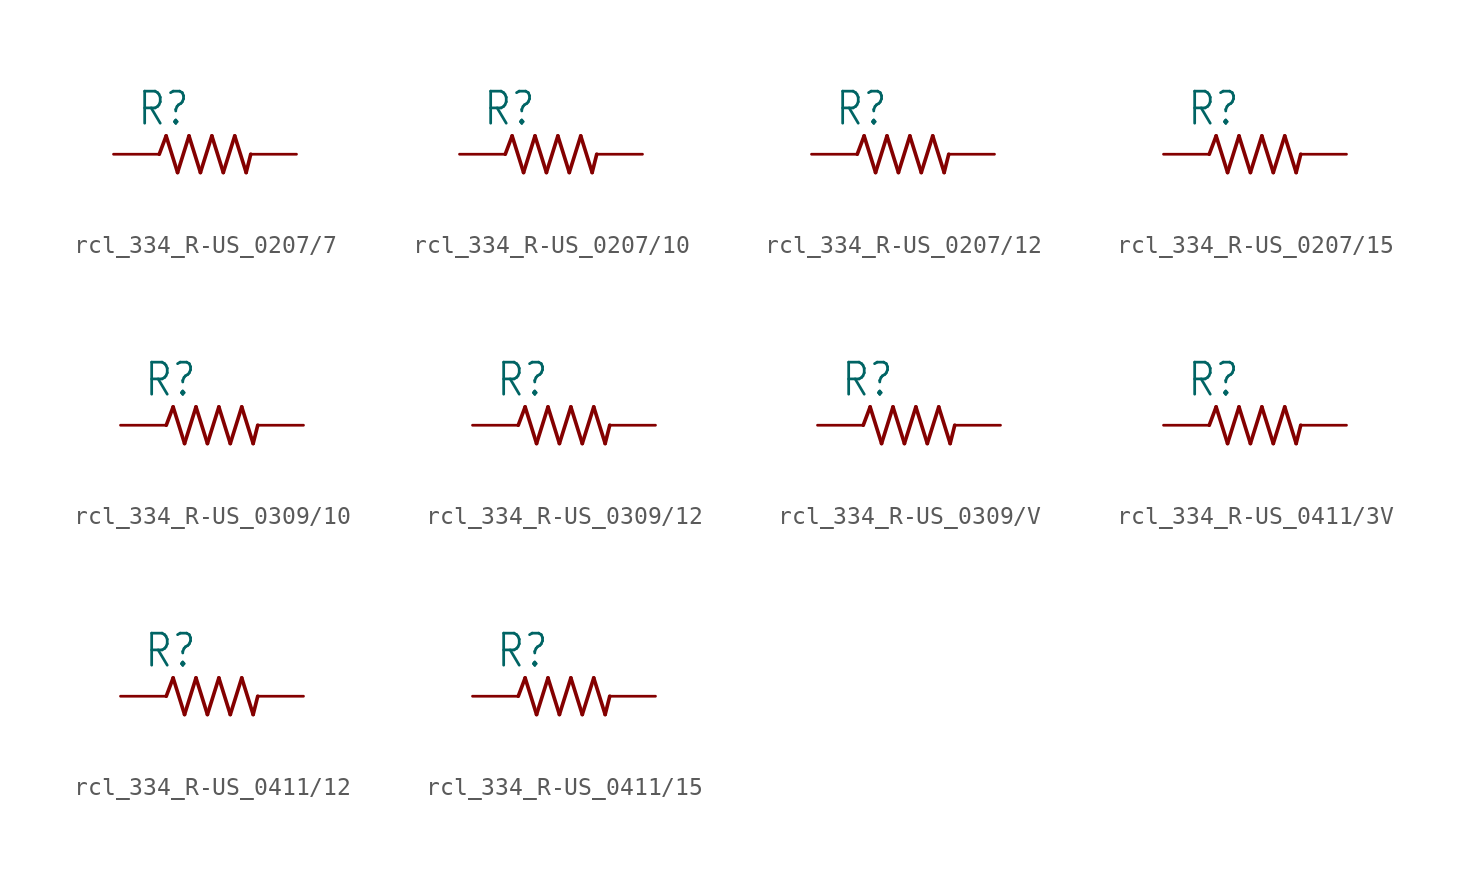
<source format=kicad_sym>
(kicad_symbol_lib
  (version 20241209)
  (generator "kicad_symbol_editor")
  (generator_version "9.0")
  (symbol "rcl_334_R-US_0207/7"
    (property "Reference" "R"
      (at -3.81 1.499 0)
      (effects (font (size 1.778 1.511)) (justify left bottom)))
    (property "Value" ""
      (at -3.81 -3.302 0)
      (effects (font (size 1.778 1.511)) (justify left bottom)))
    (property "ki_locked" ""
      (at 0 0 0)
      (effects (font (size 1.27 1.27))))
    (symbol "rcl_334_R-US_0207/7_1_0"
      (polyline (pts (xy -2.54 0) (xy -2.159 1.016)) (stroke (width 0.203) (type solid)) (fill (type none)))
      (polyline (pts (xy -2.159 1.016) (xy -1.524 -1.016)) (stroke (width 0.203) (type solid)) (fill (type none)))
      (polyline (pts (xy -1.524 -1.016) (xy -0.889 1.016)) (stroke (width 0.203) (type solid)) (fill (type none)))
      (polyline (pts (xy -0.889 1.016) (xy -0.254 -1.016)) (stroke (width 0.203) (type solid)) (fill (type none)))
      (polyline (pts (xy -0.254 -1.016) (xy 0.381 1.016)) (stroke (width 0.203) (type solid)) (fill (type none)))
      (polyline (pts (xy 0.381 1.016) (xy 1.016 -1.016)) (stroke (width 0.203) (type solid)) (fill (type none)))
      (polyline (pts (xy 1.016 -1.016) (xy 1.651 1.016)) (stroke (width 0.203) (type solid)) (fill (type none)))
      (polyline (pts (xy 1.651 1.016) (xy 2.286 -1.016)) (stroke (width 0.203) (type solid)) (fill (type none)))
      (polyline (pts (xy 2.286 -1.016) (xy 2.54 0)) (stroke (width 0.203) (type solid)) (fill (type none)))
      (pin passive line (at -5.08 0 0) (length 2.54) (name "1" (effects (font (size 0 0)))) (number "1" (effects (font (size 0 0)))))
      (pin passive line (at 5.08 0 180) (length 2.54) (name "2" (effects (font (size 0 0)))) (number "2" (effects (font (size 0 0)))))))
  (symbol "rcl_334_R-US_0207/10"
    (property "Reference" "R"
      (at -3.81 1.499 0)
      (effects (font (size 1.778 1.511)) (justify left bottom)))
    (property "Value" ""
      (at -3.81 -3.302 0)
      (effects (font (size 1.778 1.511)) (justify left bottom)))
    (property "ki_locked" ""
      (at 0 0 0)
      (effects (font (size 1.27 1.27))))
    (symbol "rcl_334_R-US_0207/10_1_0"
      (polyline (pts (xy -2.54 0) (xy -2.159 1.016)) (stroke (width 0.203) (type solid)) (fill (type none)))
      (polyline (pts (xy -2.159 1.016) (xy -1.524 -1.016)) (stroke (width 0.203) (type solid)) (fill (type none)))
      (polyline (pts (xy -1.524 -1.016) (xy -0.889 1.016)) (stroke (width 0.203) (type solid)) (fill (type none)))
      (polyline (pts (xy -0.889 1.016) (xy -0.254 -1.016)) (stroke (width 0.203) (type solid)) (fill (type none)))
      (polyline (pts (xy -0.254 -1.016) (xy 0.381 1.016)) (stroke (width 0.203) (type solid)) (fill (type none)))
      (polyline (pts (xy 0.381 1.016) (xy 1.016 -1.016)) (stroke (width 0.203) (type solid)) (fill (type none)))
      (polyline (pts (xy 1.016 -1.016) (xy 1.651 1.016)) (stroke (width 0.203) (type solid)) (fill (type none)))
      (polyline (pts (xy 1.651 1.016) (xy 2.286 -1.016)) (stroke (width 0.203) (type solid)) (fill (type none)))
      (polyline (pts (xy 2.286 -1.016) (xy 2.54 0)) (stroke (width 0.203) (type solid)) (fill (type none)))
      (pin passive line (at -5.08 0 0) (length 2.54) (name "1" (effects (font (size 0 0)))) (number "1" (effects (font (size 0 0)))))
      (pin passive line (at 5.08 0 180) (length 2.54) (name "2" (effects (font (size 0 0)))) (number "2" (effects (font (size 0 0)))))))
  (symbol "rcl_334_R-US_0207/12"
    (property "Reference" "R"
      (at -3.81 1.499 0)
      (effects (font (size 1.778 1.511)) (justify left bottom)))
    (property "Value" ""
      (at -3.81 -3.302 0)
      (effects (font (size 1.778 1.511)) (justify left bottom)))
    (property "ki_locked" ""
      (at 0 0 0)
      (effects (font (size 1.27 1.27))))
    (symbol "rcl_334_R-US_0207/12_1_0"
      (polyline (pts (xy -2.54 0) (xy -2.159 1.016)) (stroke (width 0.203) (type solid)) (fill (type none)))
      (polyline (pts (xy -2.159 1.016) (xy -1.524 -1.016)) (stroke (width 0.203) (type solid)) (fill (type none)))
      (polyline (pts (xy -1.524 -1.016) (xy -0.889 1.016)) (stroke (width 0.203) (type solid)) (fill (type none)))
      (polyline (pts (xy -0.889 1.016) (xy -0.254 -1.016)) (stroke (width 0.203) (type solid)) (fill (type none)))
      (polyline (pts (xy -0.254 -1.016) (xy 0.381 1.016)) (stroke (width 0.203) (type solid)) (fill (type none)))
      (polyline (pts (xy 0.381 1.016) (xy 1.016 -1.016)) (stroke (width 0.203) (type solid)) (fill (type none)))
      (polyline (pts (xy 1.016 -1.016) (xy 1.651 1.016)) (stroke (width 0.203) (type solid)) (fill (type none)))
      (polyline (pts (xy 1.651 1.016) (xy 2.286 -1.016)) (stroke (width 0.203) (type solid)) (fill (type none)))
      (polyline (pts (xy 2.286 -1.016) (xy 2.54 0)) (stroke (width 0.203) (type solid)) (fill (type none)))
      (pin passive line (at -5.08 0 0) (length 2.54) (name "1" (effects (font (size 0 0)))) (number "1" (effects (font (size 0 0)))))
      (pin passive line (at 5.08 0 180) (length 2.54) (name "2" (effects (font (size 0 0)))) (number "2" (effects (font (size 0 0)))))))
  (symbol "rcl_334_R-US_0207/15"
    (property "Reference" "R"
      (at -3.81 1.499 0)
      (effects (font (size 1.778 1.511)) (justify left bottom)))
    (property "Value" ""
      (at -3.81 -3.302 0)
      (effects (font (size 1.778 1.511)) (justify left bottom)))
    (property "ki_locked" ""
      (at 0 0 0)
      (effects (font (size 1.27 1.27))))
    (symbol "rcl_334_R-US_0207/15_1_0"
      (polyline (pts (xy -2.54 0) (xy -2.159 1.016)) (stroke (width 0.203) (type solid)) (fill (type none)))
      (polyline (pts (xy -2.159 1.016) (xy -1.524 -1.016)) (stroke (width 0.203) (type solid)) (fill (type none)))
      (polyline (pts (xy -1.524 -1.016) (xy -0.889 1.016)) (stroke (width 0.203) (type solid)) (fill (type none)))
      (polyline (pts (xy -0.889 1.016) (xy -0.254 -1.016)) (stroke (width 0.203) (type solid)) (fill (type none)))
      (polyline (pts (xy -0.254 -1.016) (xy 0.381 1.016)) (stroke (width 0.203) (type solid)) (fill (type none)))
      (polyline (pts (xy 0.381 1.016) (xy 1.016 -1.016)) (stroke (width 0.203) (type solid)) (fill (type none)))
      (polyline (pts (xy 1.016 -1.016) (xy 1.651 1.016)) (stroke (width 0.203) (type solid)) (fill (type none)))
      (polyline (pts (xy 1.651 1.016) (xy 2.286 -1.016)) (stroke (width 0.203) (type solid)) (fill (type none)))
      (polyline (pts (xy 2.286 -1.016) (xy 2.54 0)) (stroke (width 0.203) (type solid)) (fill (type none)))
      (pin passive line (at -5.08 0 0) (length 2.54) (name "1" (effects (font (size 0 0)))) (number "1" (effects (font (size 0 0)))))
      (pin passive line (at 5.08 0 180) (length 2.54) (name "2" (effects (font (size 0 0)))) (number "2" (effects (font (size 0 0)))))))
  (symbol "rcl_334_R-US_0309/10"
    (property "Reference" "R"
      (at -3.81 1.499 0)
      (effects (font (size 1.778 1.511)) (justify left bottom)))
    (property "Value" ""
      (at -3.81 -3.302 0)
      (effects (font (size 1.778 1.511)) (justify left bottom)))
    (property "ki_locked" ""
      (at 0 0 0)
      (effects (font (size 1.27 1.27))))
    (symbol "rcl_334_R-US_0309/10_1_0"
      (polyline (pts (xy -2.54 0) (xy -2.159 1.016)) (stroke (width 0.203) (type solid)) (fill (type none)))
      (polyline (pts (xy -2.159 1.016) (xy -1.524 -1.016)) (stroke (width 0.203) (type solid)) (fill (type none)))
      (polyline (pts (xy -1.524 -1.016) (xy -0.889 1.016)) (stroke (width 0.203) (type solid)) (fill (type none)))
      (polyline (pts (xy -0.889 1.016) (xy -0.254 -1.016)) (stroke (width 0.203) (type solid)) (fill (type none)))
      (polyline (pts (xy -0.254 -1.016) (xy 0.381 1.016)) (stroke (width 0.203) (type solid)) (fill (type none)))
      (polyline (pts (xy 0.381 1.016) (xy 1.016 -1.016)) (stroke (width 0.203) (type solid)) (fill (type none)))
      (polyline (pts (xy 1.016 -1.016) (xy 1.651 1.016)) (stroke (width 0.203) (type solid)) (fill (type none)))
      (polyline (pts (xy 1.651 1.016) (xy 2.286 -1.016)) (stroke (width 0.203) (type solid)) (fill (type none)))
      (polyline (pts (xy 2.286 -1.016) (xy 2.54 0)) (stroke (width 0.203) (type solid)) (fill (type none)))
      (pin passive line (at -5.08 0 0) (length 2.54) (name "1" (effects (font (size 0 0)))) (number "1" (effects (font (size 0 0)))))
      (pin passive line (at 5.08 0 180) (length 2.54) (name "2" (effects (font (size 0 0)))) (number "2" (effects (font (size 0 0)))))))
  (symbol "rcl_334_R-US_0309/12"
    (property "Reference" "R"
      (at -3.81 1.499 0)
      (effects (font (size 1.778 1.511)) (justify left bottom)))
    (property "Value" ""
      (at -3.81 -3.302 0)
      (effects (font (size 1.778 1.511)) (justify left bottom)))
    (property "ki_locked" ""
      (at 0 0 0)
      (effects (font (size 1.27 1.27))))
    (symbol "rcl_334_R-US_0309/12_1_0"
      (polyline (pts (xy -2.54 0) (xy -2.159 1.016)) (stroke (width 0.203) (type solid)) (fill (type none)))
      (polyline (pts (xy -2.159 1.016) (xy -1.524 -1.016)) (stroke (width 0.203) (type solid)) (fill (type none)))
      (polyline (pts (xy -1.524 -1.016) (xy -0.889 1.016)) (stroke (width 0.203) (type solid)) (fill (type none)))
      (polyline (pts (xy -0.889 1.016) (xy -0.254 -1.016)) (stroke (width 0.203) (type solid)) (fill (type none)))
      (polyline (pts (xy -0.254 -1.016) (xy 0.381 1.016)) (stroke (width 0.203) (type solid)) (fill (type none)))
      (polyline (pts (xy 0.381 1.016) (xy 1.016 -1.016)) (stroke (width 0.203) (type solid)) (fill (type none)))
      (polyline (pts (xy 1.016 -1.016) (xy 1.651 1.016)) (stroke (width 0.203) (type solid)) (fill (type none)))
      (polyline (pts (xy 1.651 1.016) (xy 2.286 -1.016)) (stroke (width 0.203) (type solid)) (fill (type none)))
      (polyline (pts (xy 2.286 -1.016) (xy 2.54 0)) (stroke (width 0.203) (type solid)) (fill (type none)))
      (pin passive line (at -5.08 0 0) (length 2.54) (name "1" (effects (font (size 0 0)))) (number "1" (effects (font (size 0 0)))))
      (pin passive line (at 5.08 0 180) (length 2.54) (name "2" (effects (font (size 0 0)))) (number "2" (effects (font (size 0 0)))))))
  (symbol "rcl_334_R-US_0309/V"
    (property "Reference" "R"
      (at -3.81 1.499 0)
      (effects (font (size 1.778 1.511)) (justify left bottom)))
    (property "Value" ""
      (at -3.81 -3.302 0)
      (effects (font (size 1.778 1.511)) (justify left bottom)))
    (property "ki_locked" ""
      (at 0 0 0)
      (effects (font (size 1.27 1.27))))
    (symbol "rcl_334_R-US_0309/V_1_0"
      (polyline (pts (xy -2.54 0) (xy -2.159 1.016)) (stroke (width 0.203) (type solid)) (fill (type none)))
      (polyline (pts (xy -2.159 1.016) (xy -1.524 -1.016)) (stroke (width 0.203) (type solid)) (fill (type none)))
      (polyline (pts (xy -1.524 -1.016) (xy -0.889 1.016)) (stroke (width 0.203) (type solid)) (fill (type none)))
      (polyline (pts (xy -0.889 1.016) (xy -0.254 -1.016)) (stroke (width 0.203) (type solid)) (fill (type none)))
      (polyline (pts (xy -0.254 -1.016) (xy 0.381 1.016)) (stroke (width 0.203) (type solid)) (fill (type none)))
      (polyline (pts (xy 0.381 1.016) (xy 1.016 -1.016)) (stroke (width 0.203) (type solid)) (fill (type none)))
      (polyline (pts (xy 1.016 -1.016) (xy 1.651 1.016)) (stroke (width 0.203) (type solid)) (fill (type none)))
      (polyline (pts (xy 1.651 1.016) (xy 2.286 -1.016)) (stroke (width 0.203) (type solid)) (fill (type none)))
      (polyline (pts (xy 2.286 -1.016) (xy 2.54 0)) (stroke (width 0.203) (type solid)) (fill (type none)))
      (pin passive line (at -5.08 0 0) (length 2.54) (name "1" (effects (font (size 0 0)))) (number "1" (effects (font (size 0 0)))))
      (pin passive line (at 5.08 0 180) (length 2.54) (name "2" (effects (font (size 0 0)))) (number "2" (effects (font (size 0 0)))))))
  (symbol "rcl_334_R-US_0411/3V"
    (property "Reference" "R"
      (at -3.81 1.499 0)
      (effects (font (size 1.778 1.511)) (justify left bottom)))
    (property "Value" ""
      (at -3.81 -3.302 0)
      (effects (font (size 1.778 1.511)) (justify left bottom)))
    (property "ki_locked" ""
      (at 0 0 0)
      (effects (font (size 1.27 1.27))))
    (symbol "rcl_334_R-US_0411/3V_1_0"
      (polyline (pts (xy -2.54 0) (xy -2.159 1.016)) (stroke (width 0.203) (type solid)) (fill (type none)))
      (polyline (pts (xy -2.159 1.016) (xy -1.524 -1.016)) (stroke (width 0.203) (type solid)) (fill (type none)))
      (polyline (pts (xy -1.524 -1.016) (xy -0.889 1.016)) (stroke (width 0.203) (type solid)) (fill (type none)))
      (polyline (pts (xy -0.889 1.016) (xy -0.254 -1.016)) (stroke (width 0.203) (type solid)) (fill (type none)))
      (polyline (pts (xy -0.254 -1.016) (xy 0.381 1.016)) (stroke (width 0.203) (type solid)) (fill (type none)))
      (polyline (pts (xy 0.381 1.016) (xy 1.016 -1.016)) (stroke (width 0.203) (type solid)) (fill (type none)))
      (polyline (pts (xy 1.016 -1.016) (xy 1.651 1.016)) (stroke (width 0.203) (type solid)) (fill (type none)))
      (polyline (pts (xy 1.651 1.016) (xy 2.286 -1.016)) (stroke (width 0.203) (type solid)) (fill (type none)))
      (polyline (pts (xy 2.286 -1.016) (xy 2.54 0)) (stroke (width 0.203) (type solid)) (fill (type none)))
      (pin passive line (at -5.08 0 0) (length 2.54) (name "1" (effects (font (size 0 0)))) (number "1" (effects (font (size 0 0)))))
      (pin passive line (at 5.08 0 180) (length 2.54) (name "2" (effects (font (size 0 0)))) (number "2" (effects (font (size 0 0)))))))
  (symbol "rcl_334_R-US_0411/12"
    (property "Reference" "R"
      (at -3.81 1.499 0)
      (effects (font (size 1.778 1.511)) (justify left bottom)))
    (property "Value" ""
      (at -3.81 -3.302 0)
      (effects (font (size 1.778 1.511)) (justify left bottom)))
    (property "ki_locked" ""
      (at 0 0 0)
      (effects (font (size 1.27 1.27))))
    (symbol "rcl_334_R-US_0411/12_1_0"
      (polyline (pts (xy -2.54 0) (xy -2.159 1.016)) (stroke (width 0.203) (type solid)) (fill (type none)))
      (polyline (pts (xy -2.159 1.016) (xy -1.524 -1.016)) (stroke (width 0.203) (type solid)) (fill (type none)))
      (polyline (pts (xy -1.524 -1.016) (xy -0.889 1.016)) (stroke (width 0.203) (type solid)) (fill (type none)))
      (polyline (pts (xy -0.889 1.016) (xy -0.254 -1.016)) (stroke (width 0.203) (type solid)) (fill (type none)))
      (polyline (pts (xy -0.254 -1.016) (xy 0.381 1.016)) (stroke (width 0.203) (type solid)) (fill (type none)))
      (polyline (pts (xy 0.381 1.016) (xy 1.016 -1.016)) (stroke (width 0.203) (type solid)) (fill (type none)))
      (polyline (pts (xy 1.016 -1.016) (xy 1.651 1.016)) (stroke (width 0.203) (type solid)) (fill (type none)))
      (polyline (pts (xy 1.651 1.016) (xy 2.286 -1.016)) (stroke (width 0.203) (type solid)) (fill (type none)))
      (polyline (pts (xy 2.286 -1.016) (xy 2.54 0)) (stroke (width 0.203) (type solid)) (fill (type none)))
      (pin passive line (at -5.08 0 0) (length 2.54) (name "1" (effects (font (size 0 0)))) (number "1" (effects (font (size 0 0)))))
      (pin passive line (at 5.08 0 180) (length 2.54) (name "2" (effects (font (size 0 0)))) (number "2" (effects (font (size 0 0)))))))
  (symbol "rcl_334_R-US_0411/15"
    (property "Reference" "R"
      (at -3.81 1.499 0)
      (effects (font (size 1.778 1.511)) (justify left bottom)))
    (property "Value" ""
      (at -3.81 -3.302 0)
      (effects (font (size 1.778 1.511)) (justify left bottom)))
    (property "ki_locked" ""
      (at 0 0 0)
      (effects (font (size 1.27 1.27))))
    (symbol "rcl_334_R-US_0411/15_1_0"
      (polyline (pts (xy -2.54 0) (xy -2.159 1.016)) (stroke (width 0.203) (type solid)) (fill (type none)))
      (polyline (pts (xy -2.159 1.016) (xy -1.524 -1.016)) (stroke (width 0.203) (type solid)) (fill (type none)))
      (polyline (pts (xy -1.524 -1.016) (xy -0.889 1.016)) (stroke (width 0.203) (type solid)) (fill (type none)))
      (polyline (pts (xy -0.889 1.016) (xy -0.254 -1.016)) (stroke (width 0.203) (type solid)) (fill (type none)))
      (polyline (pts (xy -0.254 -1.016) (xy 0.381 1.016)) (stroke (width 0.203) (type solid)) (fill (type none)))
      (polyline (pts (xy 0.381 1.016) (xy 1.016 -1.016)) (stroke (width 0.203) (type solid)) (fill (type none)))
      (polyline (pts (xy 1.016 -1.016) (xy 1.651 1.016)) (stroke (width 0.203) (type solid)) (fill (type none)))
      (polyline (pts (xy 1.651 1.016) (xy 2.286 -1.016)) (stroke (width 0.203) (type solid)) (fill (type none)))
      (polyline (pts (xy 2.286 -1.016) (xy 2.54 0)) (stroke (width 0.203) (type solid)) (fill (type none)))
      (pin passive line (at -5.08 0 0) (length 2.54) (name "1" (effects (font (size 0 0)))) (number "1" (effects (font (size 0 0)))))
      (pin passive line (at 5.08 0 180) (length 2.54) (name "2" (effects (font (size 0 0)))) (number "2" (effects (font (size 0 0))))))))
</source>
